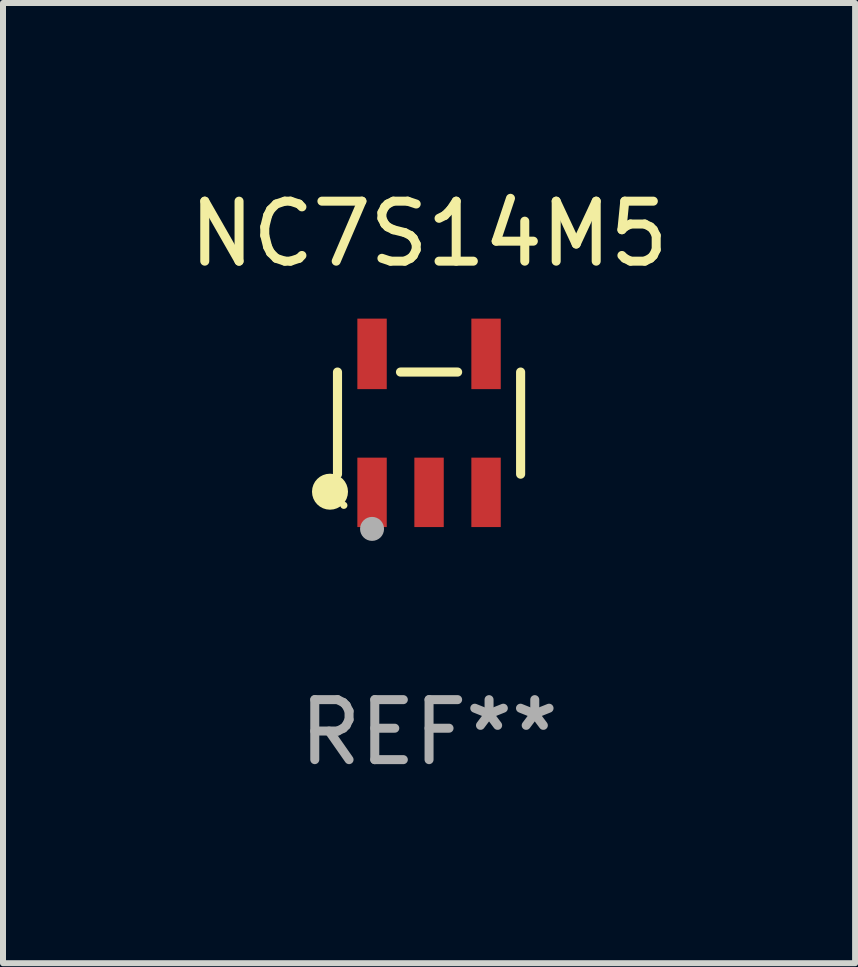
<source format=kicad_pcb>
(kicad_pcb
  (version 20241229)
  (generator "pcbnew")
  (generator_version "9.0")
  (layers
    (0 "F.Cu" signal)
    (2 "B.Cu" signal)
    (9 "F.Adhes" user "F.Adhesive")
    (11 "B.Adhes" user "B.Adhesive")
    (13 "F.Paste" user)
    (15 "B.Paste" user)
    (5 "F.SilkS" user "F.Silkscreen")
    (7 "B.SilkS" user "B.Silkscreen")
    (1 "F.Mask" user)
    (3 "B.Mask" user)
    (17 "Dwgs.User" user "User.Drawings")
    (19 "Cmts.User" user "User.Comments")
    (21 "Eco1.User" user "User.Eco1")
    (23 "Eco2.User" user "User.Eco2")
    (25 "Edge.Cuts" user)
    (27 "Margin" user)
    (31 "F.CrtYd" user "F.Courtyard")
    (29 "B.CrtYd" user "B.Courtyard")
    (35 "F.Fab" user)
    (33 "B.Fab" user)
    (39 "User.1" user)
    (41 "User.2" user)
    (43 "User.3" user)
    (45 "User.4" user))
  (footprint "NC7S14M5"
    (layer "F.Cu")
    (at 4.101 4.002)
    (property "Reference" "NC7S14M5" (at 0 -3.154 0) (layer "F.SilkS") (effects (font (size 1 1) (thickness 0.15))))
    (attr through_hole)
    (fp_line (start -1.526 0.851) (end -1.526 -0.851) (stroke (width 0.152) (type solid)) (layer "F.SilkS"))
    (fp_line (start 0.476 -0.851) (end -0.476 -0.851) (stroke (width 0.152) (type solid)) (layer "F.SilkS"))
    (fp_line (start 1.526 0.851) (end 1.526 -0.851) (stroke (width 0.152) (type solid)) (layer "F.SilkS"))
    (fp_circle (center -1.651 1.143) (end -1.501 1.143) (stroke (width 0.3) (type solid)) (fill no) (layer "F.SilkS"))
    (fp_circle (center -1.42 1.37) (end -1.39 1.37) (stroke (width 0.06) (type solid)) (fill no) (layer "F.SilkS"))
    (fp_circle (center -0.95 1.763) (end -0.85 1.763) (stroke (width 0.2) (type solid)) (fill no) (layer "F.Fab"))
    (fp_text user "REF**" (at 0 5.154 0) (layer "F.Fab") (effects (font (size 1 1) (thickness 0.15))))
    (pad "1" smd rect (at -0.95 1.154) (size 0.49 1.157) (layers "F.Cu" "F.Mask" "F.Paste"))
    (pad "2" smd rect (at 0 1.154) (size 0.49 1.157) (layers "F.Cu" "F.Mask" "F.Paste"))
    (pad "3" smd rect (at 0.95 1.154) (size 0.49 1.157) (layers "F.Cu" "F.Mask" "F.Paste"))
    (pad "4" smd rect (at 0.95 -1.154) (size 0.49 1.175) (layers "F.Cu" "F.Mask" "F.Paste"))
    (pad "5" smd rect (at -0.95 -1.154) (size 0.49 1.175) (layers "F.Cu" "F.Mask" "F.Paste")))
  (gr_rect
    (start -3 -3)
    (end 11.202 13.004)
    (stroke (width 0.1) (type default))
    (fill no)
    (layer "Edge.Cuts")))
</source>
